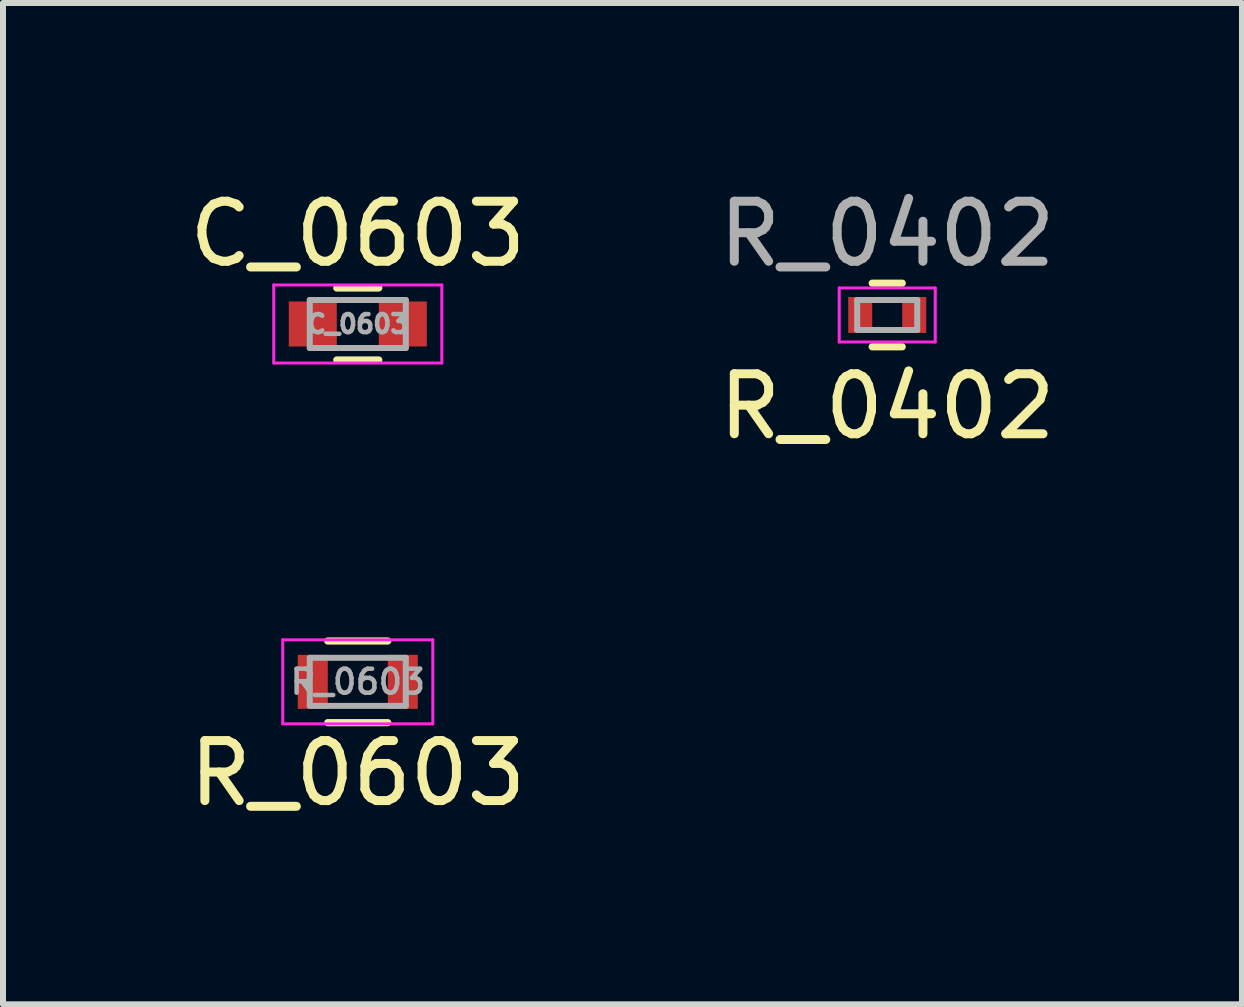
<source format=kicad_pcb>
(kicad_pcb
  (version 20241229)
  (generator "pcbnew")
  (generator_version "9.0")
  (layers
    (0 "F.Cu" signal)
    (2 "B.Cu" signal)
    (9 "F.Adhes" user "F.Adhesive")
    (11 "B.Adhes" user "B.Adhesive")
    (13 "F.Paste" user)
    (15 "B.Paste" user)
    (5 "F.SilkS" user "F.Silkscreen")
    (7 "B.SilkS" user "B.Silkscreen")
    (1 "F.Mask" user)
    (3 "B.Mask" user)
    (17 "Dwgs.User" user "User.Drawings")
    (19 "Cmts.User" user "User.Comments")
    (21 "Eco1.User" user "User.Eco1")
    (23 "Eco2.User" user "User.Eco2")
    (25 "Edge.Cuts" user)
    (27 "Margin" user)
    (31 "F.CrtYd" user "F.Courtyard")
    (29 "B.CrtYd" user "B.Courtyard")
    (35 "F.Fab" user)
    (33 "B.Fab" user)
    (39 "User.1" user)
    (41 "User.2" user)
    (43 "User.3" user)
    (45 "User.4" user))
  (footprint "R_0402"
    (layer "F.Cu")
    (at 11.732 2.198)
    (property "Reference" "R_0402" (at 0 1.524 0) (layer "F.SilkS") (effects (font (size 1 1) (thickness 0.15))))
    (attr smd)
    (fp_line (start -0.25 0.53) (end 0.25 0.53) (stroke (width 0.12) (type solid)) (layer "F.SilkS"))
    (fp_line (start 0.25 -0.53) (end -0.25 -0.53) (stroke (width 0.12) (type solid)) (layer "F.SilkS"))
    (fp_line (start -0.8 -0.45) (end -0.8 0.45) (stroke (width 0.05) (type solid)) (layer "F.CrtYd"))
    (fp_line (start -0.8 -0.45) (end 0.8 -0.45) (stroke (width 0.05) (type solid)) (layer "F.CrtYd"))
    (fp_line (start 0.8 0.45) (end -0.8 0.45) (stroke (width 0.05) (type solid)) (layer "F.CrtYd"))
    (fp_line (start 0.8 0.45) (end 0.8 -0.45) (stroke (width 0.05) (type solid)) (layer "F.CrtYd"))
    (fp_line (start -0.5 -0.25) (end 0.5 -0.25) (stroke (width 0.1) (type solid)) (layer "F.Fab"))
    (fp_line (start -0.5 0.25) (end -0.5 -0.25) (stroke (width 0.1) (type solid)) (layer "F.Fab"))
    (fp_line (start 0.5 -0.25) (end 0.5 0.25) (stroke (width 0.1) (type solid)) (layer "F.Fab"))
    (fp_line (start 0.5 0.25) (end -0.5 0.25) (stroke (width 0.1) (type solid)) (layer "F.Fab"))
    (fp_text user "${REFERENCE}" (at 0 -1.35 0) (layer "F.Fab") (effects (font (size 1 1) (thickness 0.15))))
    (pad "1" smd rect (at -0.45 0) (size 0.4 0.6) (layers "F.Cu" "F.Mask" "F.Paste"))
    (pad "2" smd rect (at 0.45 0) (size 0.4 0.6) (layers "F.Cu" "F.Mask" "F.Paste")))
  (footprint "C_0603"
    (layer "F.Cu")
    (at 2.911 2.348)
    (property "Reference" "C_0603" (at 0 -1.5 0) (layer "F.SilkS") (effects (font (size 1 1) (thickness 0.15))))
    (attr smd)
    (fp_line (start -0.35 -0.6) (end 0.35 -0.6) (stroke (width 0.12) (type solid)) (layer "F.SilkS"))
    (fp_line (start 0.35 0.6) (end -0.35 0.6) (stroke (width 0.12) (type solid)) (layer "F.SilkS"))
    (fp_line (start -1.4 -0.65) (end -1.4 0.65) (stroke (width 0.05) (type solid)) (layer "F.CrtYd"))
    (fp_line (start -1.4 -0.65) (end 1.4 -0.65) (stroke (width 0.05) (type solid)) (layer "F.CrtYd"))
    (fp_line (start 1.4 0.65) (end -1.4 0.65) (stroke (width 0.05) (type solid)) (layer "F.CrtYd"))
    (fp_line (start 1.4 0.65) (end 1.4 -0.65) (stroke (width 0.05) (type solid)) (layer "F.CrtYd"))
    (fp_line (start -0.8 -0.4) (end 0.8 -0.4) (stroke (width 0.1) (type solid)) (layer "F.Fab"))
    (fp_line (start -0.8 0.4) (end -0.8 -0.4) (stroke (width 0.1) (type solid)) (layer "F.Fab"))
    (fp_line (start 0.8 -0.4) (end 0.8 0.4) (stroke (width 0.1) (type solid)) (layer "F.Fab"))
    (fp_line (start 0.8 0.4) (end -0.8 0.4) (stroke (width 0.1) (type solid)) (layer "F.Fab"))
    (fp_text user "${REFERENCE}" (at 0 0 0) (layer "F.Fab") (effects (font (size 0.3 0.3) (thickness 0.075))))
    (pad "1" smd rect (at -0.75 0) (size 0.8 0.75) (layers "F.Cu" "F.Mask" "F.Paste"))
    (pad "2" smd rect (at 0.75 0) (size 0.8 0.75) (layers "F.Cu" "F.Mask" "F.Paste")))
  (footprint "R_0603"
    (layer "F.Cu")
    (at 2.911 8.31)
    (property "Reference" "R_0603" (at 0 1.524 0) (layer "F.SilkS") (effects (font (size 1 1) (thickness 0.15))))
    (attr smd)
    (fp_line (start -0.5 -0.68) (end 0.5 -0.68) (stroke (width 0.12) (type solid)) (layer "F.SilkS"))
    (fp_line (start 0.5 0.68) (end -0.5 0.68) (stroke (width 0.12) (type solid)) (layer "F.SilkS"))
    (fp_line (start -1.25 -0.7) (end -1.25 0.7) (stroke (width 0.05) (type solid)) (layer "F.CrtYd"))
    (fp_line (start -1.25 -0.7) (end 1.25 -0.7) (stroke (width 0.05) (type solid)) (layer "F.CrtYd"))
    (fp_line (start 1.25 0.7) (end -1.25 0.7) (stroke (width 0.05) (type solid)) (layer "F.CrtYd"))
    (fp_line (start 1.25 0.7) (end 1.25 -0.7) (stroke (width 0.05) (type solid)) (layer "F.CrtYd"))
    (fp_line (start -0.8 -0.4) (end 0.8 -0.4) (stroke (width 0.1) (type solid)) (layer "F.Fab"))
    (fp_line (start -0.8 0.4) (end -0.8 -0.4) (stroke (width 0.1) (type solid)) (layer "F.Fab"))
    (fp_line (start 0.8 -0.4) (end 0.8 0.4) (stroke (width 0.1) (type solid)) (layer "F.Fab"))
    (fp_line (start 0.8 0.4) (end -0.8 0.4) (stroke (width 0.1) (type solid)) (layer "F.Fab"))
    (fp_text user "${REFERENCE}" (at 0 0 0) (layer "F.Fab") (effects (font (size 0.4 0.4) (thickness 0.075))))
    (pad "1" smd rect (at -0.75 0) (size 0.5 0.9) (layers "F.Cu" "F.Mask" "F.Paste"))
    (pad "2" smd rect (at 0.75 0) (size 0.5 0.9) (layers "F.Cu" "F.Mask" "F.Paste")))
  (gr_rect
    (start -3 -3)
    (end 17.643 13.683)
    (stroke (width 0.1) (type default))
    (fill no)
    (layer "Edge.Cuts")))
</source>
